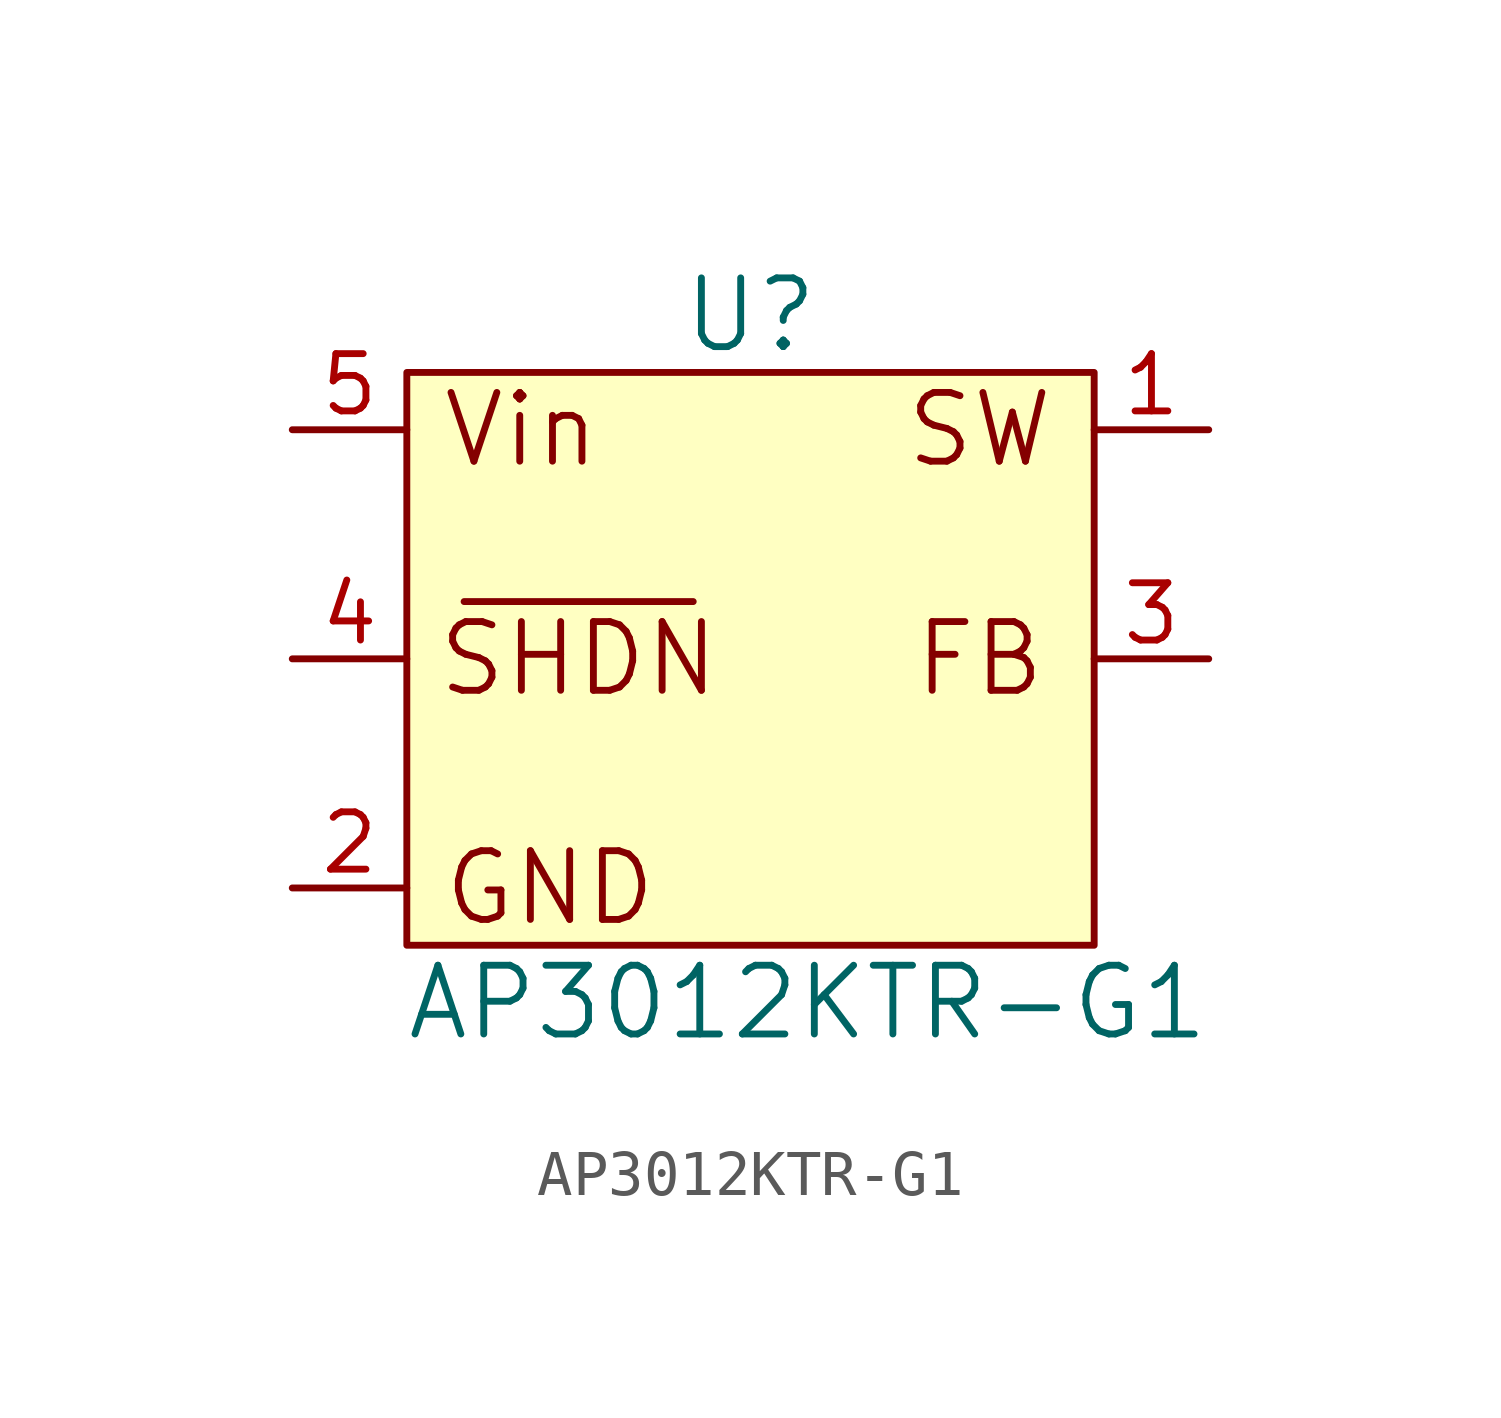
<source format=kicad_sym>
(kicad_symbol_lib
  (version 20220914)
  (generator kicad_symbol_editor)
  (symbol "AP3012KTR-G1"
    (pin_names
      (offset 0) hide)
    (property "Reference" "U"
      (at 0 7.62 0)
      (effects (font (size 1.524 1.524))))
    (property "Value" "AP3012KTR-G1"
      (at 1.27 -7.62 0)
      (effects (font (size 1.524 1.524))))
    (symbol "AP3012KTR-G1_0_0"
      (rectangle (start -7.62 6.35) (end 7.62 -6.35) (stroke (width 0) (type default)) (fill (type background)))
      (polyline (pts (xy -6.35 1.27) (xy -1.27 1.27)) (stroke (width 0) (type default)) (fill (type none)))
      (text "FB" (at 5.08 0 0) (effects (font (size 1.524 1.524))))
      (text "GND" (at -4.445 -5.08 0) (effects (font (size 1.524 1.524))))
      (text "SHDN" (at -3.81 0 0) (effects (font (size 1.524 1.524))))
      (text "SW" (at 5.08 5.08 0) (effects (font (size 1.524 1.524))))
      (text "Vin" (at -5.08 5.08 0) (effects (font (size 1.524 1.524)))))
    (symbol "AP3012KTR-G1_1_1"
      (pin input line (at 10.16 5.08 180) (length 2.54) (name "SW" (effects (font (size 1.27 1.27)))) (number "1" (effects (font (size 1.27 1.27)))))
      (pin input line (at -10.16 -5.08 0) (length 2.54) (name "GND" (effects (font (size 1.27 1.27)))) (number "2" (effects (font (size 1.27 1.27)))))
      (pin input line (at 10.16 0 180) (length 2.54) (name "FB" (effects (font (size 1.27 1.27)))) (number "3" (effects (font (size 1.27 1.27)))))
      (pin input line (at -10.16 0 0) (length 2.54) (name "SHDN" (effects (font (size 1.27 1.27)))) (number "4" (effects (font (size 1.27 1.27)))))
      (pin input line (at -10.16 5.08 0) (length 2.54) (name "Vin" (effects (font (size 1.27 1.27)))) (number "5" (effects (font (size 1.27 1.27))))))))
</source>
